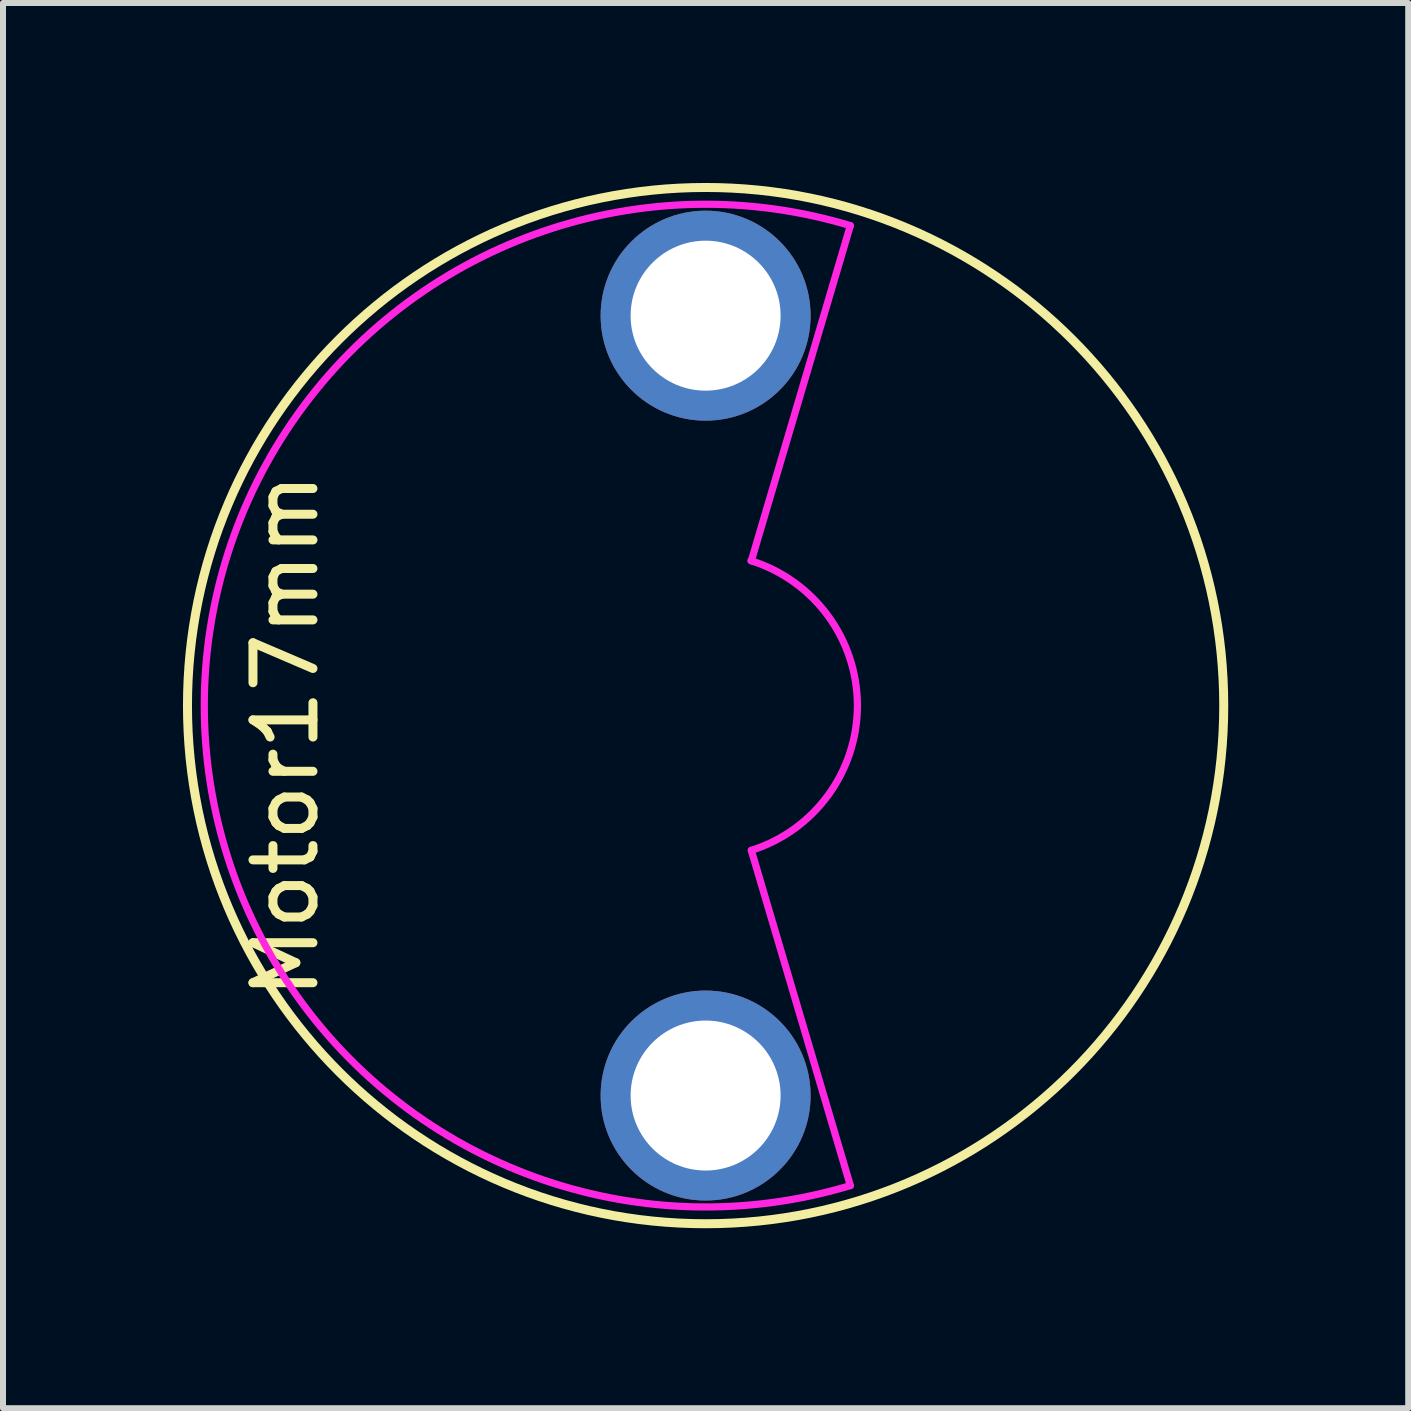
<source format=kicad_pcb>
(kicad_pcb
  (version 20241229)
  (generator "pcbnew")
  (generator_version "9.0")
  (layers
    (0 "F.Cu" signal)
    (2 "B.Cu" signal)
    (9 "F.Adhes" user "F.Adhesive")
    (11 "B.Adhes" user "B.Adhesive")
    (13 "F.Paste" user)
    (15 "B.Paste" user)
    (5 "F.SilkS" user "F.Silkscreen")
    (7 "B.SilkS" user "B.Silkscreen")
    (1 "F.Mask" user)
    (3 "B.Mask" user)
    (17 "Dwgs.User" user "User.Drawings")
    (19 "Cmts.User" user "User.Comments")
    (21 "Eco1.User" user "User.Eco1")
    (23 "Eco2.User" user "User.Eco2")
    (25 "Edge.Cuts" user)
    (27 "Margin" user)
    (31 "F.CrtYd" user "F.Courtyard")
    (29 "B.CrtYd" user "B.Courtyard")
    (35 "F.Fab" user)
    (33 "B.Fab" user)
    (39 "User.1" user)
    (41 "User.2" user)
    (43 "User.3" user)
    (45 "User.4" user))
  (footprint "Motor17mm"
    (layer "F.Cu")
    (at 8.712 8.712)
    (property "Reference" "Motor17mm" (at -7 0.5 90) (layer "F.SilkS") (effects (font (size 1 1) (thickness 0.15))))
    (attr through_hole)
    (fp_circle (center 0 0) (end -0.127 -8.636) (stroke (width 0.15) (type solid)) (fill no) (layer "F.SilkS"))
    (fp_line (start 0.762 2.413) (end 2.413 8.001) (stroke (width 0.12) (type solid)) (layer "F.CrtYd"))
    (fp_line (start 2.413 -8.001) (end 0.762 -2.413) (stroke (width 0.12) (type solid)) (layer "F.CrtYd"))
    (fp_arc (start 0.754772 -2.415271) (mid 2.530455 -0.003788) (end 0.762 2.413) (stroke (width 0.12) (type solid)) (layer "F.CrtYd"))
    (fp_arc (start 2.413 8.000999) (mid -8.356946 0) (end 2.412999 -8.000999) (stroke (width 0.12) (type solid)) (layer "F.CrtYd"))
    (pad "1" thru_hole circle (at 0 6.5) (size 3.5 3.5) (drill 2.5) (layers "*.Cu" "*.Mask"))
    (pad "2" thru_hole circle (at 0 -6.5) (size 3.5 3.5) (drill 2.5) (layers "*.Cu" "*.Mask")))
  (gr_rect
    (start -3 -3)
    (end 20.424 20.424)
    (stroke (width 0.1) (type default))
    (fill no)
    (layer "Edge.Cuts")))
</source>
